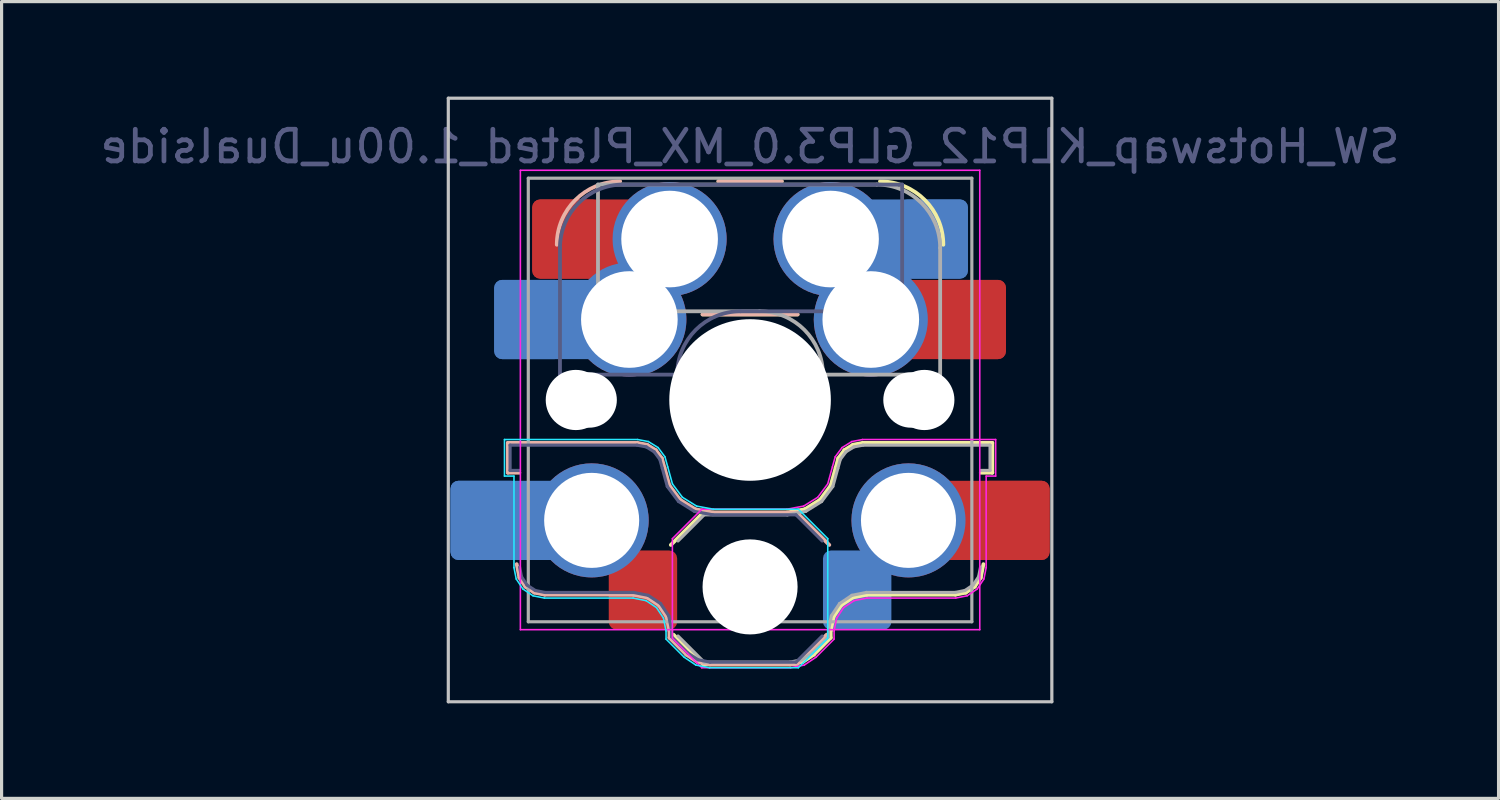
<source format=kicad_pcb>
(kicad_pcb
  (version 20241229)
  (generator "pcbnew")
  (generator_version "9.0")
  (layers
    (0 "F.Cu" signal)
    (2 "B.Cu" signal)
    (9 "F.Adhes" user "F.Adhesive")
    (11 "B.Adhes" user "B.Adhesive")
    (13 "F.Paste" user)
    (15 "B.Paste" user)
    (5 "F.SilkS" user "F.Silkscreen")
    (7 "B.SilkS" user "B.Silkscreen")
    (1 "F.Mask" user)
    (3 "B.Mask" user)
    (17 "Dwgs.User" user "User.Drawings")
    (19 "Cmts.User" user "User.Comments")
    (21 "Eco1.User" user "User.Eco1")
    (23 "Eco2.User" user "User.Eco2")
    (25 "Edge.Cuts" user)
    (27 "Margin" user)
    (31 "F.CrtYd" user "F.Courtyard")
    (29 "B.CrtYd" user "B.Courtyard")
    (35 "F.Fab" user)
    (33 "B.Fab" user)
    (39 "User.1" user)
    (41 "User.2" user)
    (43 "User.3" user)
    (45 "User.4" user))
  (footprint "SW_Hotswap_KLP12_GLP3.0_MX_Plated_1.00u_Dualside"
    (layer "F.Cu")
    (at 20.625 9.575)
    (property "Reference" "SW_Hotswap_KLP12_GLP3.0_MX_Plated_1.00u_Dualside" (at 0 -8 0) (layer "B.Fab") (effects (font (size 1 1) (thickness 0.15)) (justify mirror)))
    (attr smd)
    (fp_line (start -2.416 7.409) (end -1.479 8.346) (stroke (width 0.12) (type solid)) (layer "F.SilkS"))
    (fp_line (start -1.479 3.554) (end -2.5 4.575) (stroke (width 0.12) (type solid)) (layer "F.SilkS"))
    (fp_line (start -1.479 8.346) (end 1.268 8.346) (stroke (width 0.12) (type solid)) (layer "F.SilkS"))
    (fp_line (start 1 -6.9) (end -1 -6.9) (stroke (width 0.12) (type solid)) (layer "F.SilkS"))
    (fp_line (start 1.168 3.554) (end -1.479 3.554) (stroke (width 0.12) (type solid)) (layer "F.SilkS"))
    (fp_line (start 1.268 8.346) (end 1.671 8.266) (stroke (width 0.12) (type solid)) (layer "F.SilkS"))
    (fp_line (start 1.5 -2.7) (end -1.5 -2.7) (stroke (width 0.12) (type solid)) (layer "F.SilkS"))
    (fp_line (start 1.671 8.266) (end 2.013 8.037) (stroke (width 0.12) (type solid)) (layer "F.SilkS"))
    (fp_line (start 1.73 3.449) (end 1.168 3.554) (stroke (width 0.12) (type solid)) (layer "F.SilkS"))
    (fp_line (start 2.013 8.037) (end 2.546 7.504) (stroke (width 0.12) (type solid)) (layer "F.SilkS"))
    (fp_line (start 2.209 3.15) (end 1.73 3.449) (stroke (width 0.12) (type solid)) (layer "F.SilkS"))
    (fp_line (start 2.546 7.282) (end 2.633 6.844) (stroke (width 0.12) (type solid)) (layer "F.SilkS"))
    (fp_line (start 2.546 7.504) (end 2.546 7.282) (stroke (width 0.12) (type solid)) (layer "F.SilkS"))
    (fp_line (start 2.547 2.697) (end 2.209 3.15) (stroke (width 0.12) (type solid)) (layer "F.SilkS"))
    (fp_line (start 2.633 6.844) (end 2.877 6.477) (stroke (width 0.12) (type solid)) (layer "F.SilkS"))
    (fp_line (start 2.701 2.139) (end 2.547 2.697) (stroke (width 0.12) (type solid)) (layer "F.SilkS"))
    (fp_line (start 2.783 1.841) (end 2.701 2.139) (stroke (width 0.12) (type solid)) (layer "F.SilkS"))
    (fp_line (start 2.877 6.477) (end 3.244 6.233) (stroke (width 0.12) (type solid)) (layer "F.SilkS"))
    (fp_line (start 2.976 1.583) (end 2.783 1.841) (stroke (width 0.12) (type solid)) (layer "F.SilkS"))
    (fp_line (start 3.244 6.233) (end 3.682 6.146) (stroke (width 0.12) (type solid)) (layer "F.SilkS"))
    (fp_line (start 3.25 1.413) (end 2.976 1.583) (stroke (width 0.12) (type solid)) (layer "F.SilkS"))
    (fp_line (start 3.56 1.354) (end 3.25 1.413) (stroke (width 0.12) (type solid)) (layer "F.SilkS"))
    (fp_line (start 3.682 6.146) (end 6.482 6.146) (stroke (width 0.12) (type solid)) (layer "F.SilkS"))
    (fp_line (start 6.482 6.146) (end 6.809 6.081) (stroke (width 0.12) (type solid)) (layer "F.SilkS"))
    (fp_line (start 6.809 6.081) (end 7.092 5.892) (stroke (width 0.12) (type solid)) (layer "F.SilkS"))
    (fp_line (start 7.092 5.892) (end 7.281 5.609) (stroke (width 0.12) (type solid)) (layer "F.SilkS"))
    (fp_line (start 7.281 5.609) (end 7.366 5.182) (stroke (width 0.12) (type solid)) (layer "F.SilkS"))
    (fp_line (start 7.283 2.296) (end 7.646 2.296) (stroke (width 0.12) (type solid)) (layer "F.SilkS"))
    (fp_line (start 7.646 1.354) (end 3.56 1.354) (stroke (width 0.12) (type solid)) (layer "F.SilkS"))
    (fp_line (start 7.646 2.296) (end 7.646 1.354) (stroke (width 0.12) (type solid)) (layer "F.SilkS"))
    (fp_arc (start 4.1 -6.9) (mid 5.514214 -6.314214) (end 6.1 -4.9) (stroke (width 0.12) (type solid)) (layer "F.SilkS"))
    (fp_line (start -7.646 1.354) (end -3.56 1.354) (stroke (width 0.12) (type solid)) (layer "B.SilkS"))
    (fp_line (start -7.646 2.296) (end -7.646 1.354) (stroke (width 0.12) (type solid)) (layer "B.SilkS"))
    (fp_line (start -7.283 2.296) (end -7.646 2.296) (stroke (width 0.12) (type solid)) (layer "B.SilkS"))
    (fp_line (start -7.281 5.609) (end -7.366 5.182) (stroke (width 0.12) (type solid)) (layer "B.SilkS"))
    (fp_line (start -7.092 5.892) (end -7.281 5.609) (stroke (width 0.12) (type solid)) (layer "B.SilkS"))
    (fp_line (start -6.809 6.081) (end -7.092 5.892) (stroke (width 0.12) (type solid)) (layer "B.SilkS"))
    (fp_line (start -6.482 6.146) (end -6.809 6.081) (stroke (width 0.12) (type solid)) (layer "B.SilkS"))
    (fp_line (start -3.682 6.146) (end -6.482 6.146) (stroke (width 0.12) (type solid)) (layer "B.SilkS"))
    (fp_line (start -3.56 1.354) (end -3.25 1.413) (stroke (width 0.12) (type solid)) (layer "B.SilkS"))
    (fp_line (start -3.25 1.413) (end -2.976 1.583) (stroke (width 0.12) (type solid)) (layer "B.SilkS"))
    (fp_line (start -3.244 6.233) (end -3.682 6.146) (stroke (width 0.12) (type solid)) (layer "B.SilkS"))
    (fp_line (start -2.976 1.583) (end -2.783 1.841) (stroke (width 0.12) (type solid)) (layer "B.SilkS"))
    (fp_line (start -2.877 6.477) (end -3.244 6.233) (stroke (width 0.12) (type solid)) (layer "B.SilkS"))
    (fp_line (start -2.783 1.841) (end -2.701 2.139) (stroke (width 0.12) (type solid)) (layer "B.SilkS"))
    (fp_line (start -2.701 2.139) (end -2.547 2.697) (stroke (width 0.12) (type solid)) (layer "B.SilkS"))
    (fp_line (start -2.633 6.844) (end -2.877 6.477) (stroke (width 0.12) (type solid)) (layer "B.SilkS"))
    (fp_line (start -2.547 2.697) (end -2.209 3.15) (stroke (width 0.12) (type solid)) (layer "B.SilkS"))
    (fp_line (start -2.546 7.282) (end -2.633 6.844) (stroke (width 0.12) (type solid)) (layer "B.SilkS"))
    (fp_line (start -2.546 7.504) (end -2.546 7.282) (stroke (width 0.12) (type solid)) (layer "B.SilkS"))
    (fp_line (start -2.209 3.15) (end -1.73 3.449) (stroke (width 0.12) (type solid)) (layer "B.SilkS"))
    (fp_line (start -2.013 8.037) (end -2.546 7.504) (stroke (width 0.12) (type solid)) (layer "B.SilkS"))
    (fp_line (start -1.73 3.449) (end -1.168 3.554) (stroke (width 0.12) (type solid)) (layer "B.SilkS"))
    (fp_line (start -1.671 8.266) (end -2.013 8.037) (stroke (width 0.12) (type solid)) (layer "B.SilkS"))
    (fp_line (start -1.5 -2.7) (end 1.5 -2.7) (stroke (width 0.12) (type solid)) (layer "B.SilkS"))
    (fp_line (start -1.268 8.346) (end -1.671 8.266) (stroke (width 0.12) (type solid)) (layer "B.SilkS"))
    (fp_line (start -1.168 3.554) (end 1.479 3.554) (stroke (width 0.12) (type solid)) (layer "B.SilkS"))
    (fp_line (start -1 -6.9) (end 1 -6.9) (stroke (width 0.12) (type solid)) (layer "B.SilkS"))
    (fp_line (start 1.479 3.554) (end 2.5 4.575) (stroke (width 0.12) (type solid)) (layer "B.SilkS"))
    (fp_line (start 1.479 8.346) (end -1.268 8.346) (stroke (width 0.12) (type solid)) (layer "B.SilkS"))
    (fp_line (start 2.416 7.409) (end 1.479 8.346) (stroke (width 0.12) (type solid)) (layer "B.SilkS"))
    (fp_arc (start -6.1 -4.9) (mid -5.514214 -6.314214) (end -4.1 -6.9) (stroke (width 0.12) (type solid)) (layer "B.SilkS"))
    (fp_line (start -9.525 -9.525) (end -9.525 9.525) (stroke (width 0.1) (type solid)) (layer "Dwgs.User"))
    (fp_line (start -9.525 9.525) (end 9.525 9.525) (stroke (width 0.1) (type solid)) (layer "Dwgs.User"))
    (fp_line (start 9.525 -9.525) (end -9.525 -9.525) (stroke (width 0.1) (type solid)) (layer "Dwgs.User"))
    (fp_line (start 9.525 9.525) (end 9.525 -9.525) (stroke (width 0.1) (type solid)) (layer "Dwgs.User"))
    (fp_line (start -7.8 -6) (end -7 -6) (stroke (width 0.1) (type solid)) (layer "Eco1.User"))
    (fp_line (start -7.8 -2.9) (end -7.8 -6) (stroke (width 0.1) (type solid)) (layer "Eco1.User"))
    (fp_line (start -7.8 2.9) (end -7 2.9) (stroke (width 0.1) (type solid)) (layer "Eco1.User"))
    (fp_line (start -7.8 6) (end -7.8 2.9) (stroke (width 0.1) (type solid)) (layer "Eco1.User"))
    (fp_line (start -7 -7) (end -7 -6) (stroke (width 0.1) (type solid)) (layer "Eco1.User"))
    (fp_line (start -7 -7) (end 7 -7) (stroke (width 0.1) (type solid)) (layer "Eco1.User"))
    (fp_line (start -7 -6) (end -7 -7) (stroke (width 0.1) (type solid)) (layer "Eco1.User"))
    (fp_line (start -7 -2.9) (end -7.8 -2.9) (stroke (width 0.1) (type solid)) (layer "Eco1.User"))
    (fp_line (start -7 2.9) (end -7 -2.9) (stroke (width 0.1) (type solid)) (layer "Eco1.User"))
    (fp_line (start -7 6) (end -7.8 6) (stroke (width 0.1) (type solid)) (layer "Eco1.User"))
    (fp_line (start -7 7) (end -7 6) (stroke (width 0.1) (type solid)) (layer "Eco1.User"))
    (fp_line (start 7 -7) (end -7 -7) (stroke (width 0.1) (type solid)) (layer "Eco1.User"))
    (fp_line (start 7 -7) (end 7 -6) (stroke (width 0.1) (type solid)) (layer "Eco1.User"))
    (fp_line (start 7 -6) (end 7 -7) (stroke (width 0.1) (type solid)) (layer "Eco1.User"))
    (fp_line (start 7 -6) (end 7.8 -6) (stroke (width 0.1) (type solid)) (layer "Eco1.User"))
    (fp_line (start 7 -2.9) (end 7 2.9) (stroke (width 0.1) (type solid)) (layer "Eco1.User"))
    (fp_line (start 7 -2.9) (end 7.8 -2.9) (stroke (width 0.1) (type solid)) (layer "Eco1.User"))
    (fp_line (start 7 2.9) (end 7.8 2.9) (stroke (width 0.1) (type solid)) (layer "Eco1.User"))
    (fp_line (start 7 6) (end 7 7) (stroke (width 0.1) (type solid)) (layer "Eco1.User"))
    (fp_line (start 7 7) (end -7 7) (stroke (width 0.1) (type solid)) (layer "Eco1.User"))
    (fp_line (start 7.8 -6) (end 7.8 -2.9) (stroke (width 0.1) (type solid)) (layer "Eco1.User"))
    (fp_line (start 7.8 2.9) (end 7.8 6) (stroke (width 0.1) (type solid)) (layer "Eco1.User"))
    (fp_line (start 7.8 6) (end 7 6) (stroke (width 0.1) (type solid)) (layer "Eco1.User"))
    (fp_line (start -7.752 1.248) (end -3.55 1.248) (stroke (width 0.05) (type solid)) (layer "B.CrtYd"))
    (fp_line (start -7.752 2.402) (end -7.752 1.248) (stroke (width 0.05) (type solid)) (layer "B.CrtYd"))
    (fp_line (start -7.452 2.402) (end -7.752 2.402) (stroke (width 0.05) (type solid)) (layer "B.CrtYd"))
    (fp_line (start -7.452 5.292) (end -7.452 2.402) (stroke (width 0.05) (type solid)) (layer "B.CrtYd"))
    (fp_line (start -7.381 5.65) (end -7.452 5.292) (stroke (width 0.05) (type solid)) (layer "B.CrtYd"))
    (fp_line (start -7.168 5.968) (end -7.381 5.65) (stroke (width 0.05) (type solid)) (layer "B.CrtYd"))
    (fp_line (start -6.85 6.181) (end -7.168 5.968) (stroke (width 0.05) (type solid)) (layer "B.CrtYd"))
    (fp_line (start -6.492 6.252) (end -6.85 6.181) (stroke (width 0.05) (type solid)) (layer "B.CrtYd"))
    (fp_line (start -3.692 6.252) (end -6.492 6.252) (stroke (width 0.05) (type solid)) (layer "B.CrtYd"))
    (fp_line (start -3.55 1.248) (end -3.211 1.312) (stroke (width 0.05) (type solid)) (layer "B.CrtYd"))
    (fp_line (start -3.285 6.333) (end -3.692 6.252) (stroke (width 0.05) (type solid)) (layer "B.CrtYd"))
    (fp_line (start -3.211 1.312) (end -2.903 1.503) (stroke (width 0.05) (type solid)) (layer "B.CrtYd"))
    (fp_line (start -2.953 6.553) (end -3.285 6.333) (stroke (width 0.05) (type solid)) (layer "B.CrtYd"))
    (fp_line (start -2.903 1.503) (end -2.687 1.794) (stroke (width 0.05) (type solid)) (layer "B.CrtYd"))
    (fp_line (start -2.733 6.885) (end -2.953 6.553) (stroke (width 0.05) (type solid)) (layer "B.CrtYd"))
    (fp_line (start -2.687 1.794) (end -2.599 2.111) (stroke (width 0.05) (type solid)) (layer "B.CrtYd"))
    (fp_line (start -2.652 7.292) (end -2.733 6.885) (stroke (width 0.05) (type solid)) (layer "B.CrtYd"))
    (fp_line (start -2.652 7.548) (end -2.652 7.292) (stroke (width 0.05) (type solid)) (layer "B.CrtYd"))
    (fp_line (start -2.599 2.111) (end -2.45 2.65) (stroke (width 0.05) (type solid)) (layer "B.CrtYd"))
    (fp_line (start -2.45 2.65) (end -2.136 3.071) (stroke (width 0.05) (type solid)) (layer "B.CrtYd"))
    (fp_line (start -2.136 3.071) (end -1.691 3.348) (stroke (width 0.05) (type solid)) (layer "B.CrtYd"))
    (fp_line (start -2.081 8.119) (end -2.652 7.548) (stroke (width 0.05) (type solid)) (layer "B.CrtYd"))
    (fp_line (start -1.712 8.366) (end -2.081 8.119) (stroke (width 0.05) (type solid)) (layer "B.CrtYd"))
    (fp_line (start -1.691 3.348) (end -1.159 3.448) (stroke (width 0.05) (type solid)) (layer "B.CrtYd"))
    (fp_line (start -1.278 8.452) (end -1.712 8.366) (stroke (width 0.05) (type solid)) (layer "B.CrtYd"))
    (fp_line (start -1.159 3.448) (end 1.523 3.448) (stroke (width 0.05) (type solid)) (layer "B.CrtYd"))
    (fp_line (start 1.523 3.448) (end 2.452 4.377) (stroke (width 0.05) (type solid)) (layer "B.CrtYd"))
    (fp_line (start 1.523 8.452) (end -1.278 8.452) (stroke (width 0.05) (type solid)) (layer "B.CrtYd"))
    (fp_line (start 2.452 4.377) (end 2.452 7.523) (stroke (width 0.05) (type solid)) (layer "B.CrtYd"))
    (fp_line (start 2.452 7.523) (end 1.523 8.452) (stroke (width 0.05) (type solid)) (layer "B.CrtYd"))
    (fp_line (start -7.25 -7.25) (end -7.25 7.25) (stroke (width 0.05) (type solid)) (layer "F.CrtYd"))
    (fp_line (start -7.25 7.25) (end 7.25 7.25) (stroke (width 0.05) (type solid)) (layer "F.CrtYd"))
    (fp_line (start -2.452 4.377) (end -2.452 7.523) (stroke (width 0.05) (type solid)) (layer "F.CrtYd"))
    (fp_line (start -2.452 7.523) (end -1.523 8.452) (stroke (width 0.05) (type solid)) (layer "F.CrtYd"))
    (fp_line (start -1.523 3.448) (end -2.452 4.377) (stroke (width 0.05) (type solid)) (layer "F.CrtYd"))
    (fp_line (start -1.523 8.452) (end 1.278 8.452) (stroke (width 0.05) (type solid)) (layer "F.CrtYd"))
    (fp_line (start 1.159 3.448) (end -1.523 3.448) (stroke (width 0.05) (type solid)) (layer "F.CrtYd"))
    (fp_line (start 1.278 8.452) (end 1.712 8.366) (stroke (width 0.05) (type solid)) (layer "F.CrtYd"))
    (fp_line (start 1.691 3.348) (end 1.159 3.448) (stroke (width 0.05) (type solid)) (layer "F.CrtYd"))
    (fp_line (start 1.712 8.366) (end 2.081 8.119) (stroke (width 0.05) (type solid)) (layer "F.CrtYd"))
    (fp_line (start 2.081 8.119) (end 2.652 7.548) (stroke (width 0.05) (type solid)) (layer "F.CrtYd"))
    (fp_line (start 2.136 3.071) (end 1.691 3.348) (stroke (width 0.05) (type solid)) (layer "F.CrtYd"))
    (fp_line (start 2.45 2.65) (end 2.136 3.071) (stroke (width 0.05) (type solid)) (layer "F.CrtYd"))
    (fp_line (start 2.599 2.111) (end 2.45 2.65) (stroke (width 0.05) (type solid)) (layer "F.CrtYd"))
    (fp_line (start 2.652 7.292) (end 2.733 6.885) (stroke (width 0.05) (type solid)) (layer "F.CrtYd"))
    (fp_line (start 2.652 7.548) (end 2.652 7.292) (stroke (width 0.05) (type solid)) (layer "F.CrtYd"))
    (fp_line (start 2.687 1.794) (end 2.599 2.111) (stroke (width 0.05) (type solid)) (layer "F.CrtYd"))
    (fp_line (start 2.733 6.885) (end 2.953 6.553) (stroke (width 0.05) (type solid)) (layer "F.CrtYd"))
    (fp_line (start 2.903 1.503) (end 2.687 1.794) (stroke (width 0.05) (type solid)) (layer "F.CrtYd"))
    (fp_line (start 2.953 6.553) (end 3.285 6.333) (stroke (width 0.05) (type solid)) (layer "F.CrtYd"))
    (fp_line (start 3.211 1.312) (end 2.903 1.503) (stroke (width 0.05) (type solid)) (layer "F.CrtYd"))
    (fp_line (start 3.285 6.333) (end 3.692 6.252) (stroke (width 0.05) (type solid)) (layer "F.CrtYd"))
    (fp_line (start 3.55 1.248) (end 3.211 1.312) (stroke (width 0.05) (type solid)) (layer "F.CrtYd"))
    (fp_line (start 3.692 6.252) (end 6.492 6.252) (stroke (width 0.05) (type solid)) (layer "F.CrtYd"))
    (fp_line (start 6.492 6.252) (end 6.85 6.181) (stroke (width 0.05) (type solid)) (layer "F.CrtYd"))
    (fp_line (start 6.85 6.181) (end 7.168 5.968) (stroke (width 0.05) (type solid)) (layer "F.CrtYd"))
    (fp_line (start 7.168 5.968) (end 7.381 5.65) (stroke (width 0.05) (type solid)) (layer "F.CrtYd"))
    (fp_line (start 7.25 -7.25) (end -7.25 -7.25) (stroke (width 0.05) (type solid)) (layer "F.CrtYd"))
    (fp_line (start 7.25 7.25) (end 7.25 -7.25) (stroke (width 0.05) (type solid)) (layer "F.CrtYd"))
    (fp_line (start 7.381 5.65) (end 7.452 5.292) (stroke (width 0.05) (type solid)) (layer "F.CrtYd"))
    (fp_line (start 7.452 2.402) (end 7.752 2.402) (stroke (width 0.05) (type solid)) (layer "F.CrtYd"))
    (fp_line (start 7.452 5.292) (end 7.452 2.402) (stroke (width 0.05) (type solid)) (layer "F.CrtYd"))
    (fp_line (start 7.752 1.248) (end 3.55 1.248) (stroke (width 0.05) (type solid)) (layer "F.CrtYd"))
    (fp_line (start 7.752 2.402) (end 7.752 1.248) (stroke (width 0.05) (type solid)) (layer "F.CrtYd"))
    (fp_line (start -7.575 1.425) (end -3.567 1.425) (stroke (width 0.1) (type solid)) (layer "B.Fab"))
    (fp_line (start -7.575 2.225) (end -7.575 1.425) (stroke (width 0.1) (type solid)) (layer "B.Fab"))
    (fp_line (start -7.275 2.225) (end -7.575 2.225) (stroke (width 0.1) (type solid)) (layer "B.Fab"))
    (fp_line (start -7.214 5.581) (end -7.275 5.275) (stroke (width 0.1) (type solid)) (layer "B.Fab"))
    (fp_line (start -7.041 5.841) (end -7.214 5.581) (stroke (width 0.1) (type solid)) (layer "B.Fab"))
    (fp_line (start -6.781 6.014) (end -7.041 5.841) (stroke (width 0.1) (type solid)) (layer "B.Fab"))
    (fp_line (start -6.475 6.075) (end -6.781 6.014) (stroke (width 0.1) (type solid)) (layer "B.Fab"))
    (fp_line (start -6 -0.8) (end -6 -4.8) (stroke (width 0.12) (type solid)) (layer "B.Fab"))
    (fp_line (start -6 -0.8) (end -2.3 -0.8) (stroke (width 0.12) (type solid)) (layer "B.Fab"))
    (fp_line (start -4 -6.8) (end 4.8 -6.8) (stroke (width 0.12) (type solid)) (layer "B.Fab"))
    (fp_line (start -3.675 6.075) (end -6.475 6.075) (stroke (width 0.1) (type solid)) (layer "B.Fab"))
    (fp_line (start -3.567 1.425) (end -3.276 1.48) (stroke (width 0.1) (type solid)) (layer "B.Fab"))
    (fp_line (start -3.276 1.48) (end -3.025 1.636) (stroke (width 0.1) (type solid)) (layer "B.Fab"))
    (fp_line (start -3.216 6.166) (end -3.675 6.075) (stroke (width 0.1) (type solid)) (layer "B.Fab"))
    (fp_line (start -3.025 1.636) (end -2.848 1.873) (stroke (width 0.1) (type solid)) (layer "B.Fab"))
    (fp_line (start -2.848 1.873) (end -2.769 2.158) (stroke (width 0.1) (type solid)) (layer "B.Fab"))
    (fp_line (start -2.826 6.426) (end -3.216 6.166) (stroke (width 0.1) (type solid)) (layer "B.Fab"))
    (fp_line (start -2.769 2.158) (end -2.612 2.729) (stroke (width 0.1) (type solid)) (layer "B.Fab"))
    (fp_line (start -2.612 2.729) (end -2.258 3.203) (stroke (width 0.1) (type solid)) (layer "B.Fab"))
    (fp_line (start -2.566 6.816) (end -2.826 6.426) (stroke (width 0.1) (type solid)) (layer "B.Fab"))
    (fp_line (start -2.475 7.275) (end -2.566 6.816) (stroke (width 0.1) (type solid)) (layer "B.Fab"))
    (fp_line (start -2.475 7.475) (end -2.475 7.275) (stroke (width 0.1) (type solid)) (layer "B.Fab"))
    (fp_line (start -2.258 3.203) (end -1.756 3.516) (stroke (width 0.1) (type solid)) (layer "B.Fab"))
    (fp_line (start -1.968 7.982) (end -2.475 7.475) (stroke (width 0.1) (type solid)) (layer "B.Fab"))
    (fp_line (start -1.756 3.516) (end -1.175 3.625) (stroke (width 0.1) (type solid)) (layer "B.Fab"))
    (fp_line (start -1.643 8.199) (end -1.968 7.982) (stroke (width 0.1) (type solid)) (layer "B.Fab"))
    (fp_line (start -1.261 8.275) (end -1.643 8.199) (stroke (width 0.1) (type solid)) (layer "B.Fab"))
    (fp_line (start -1.175 3.625) (end 1.45 3.625) (stroke (width 0.1) (type solid)) (layer "B.Fab"))
    (fp_line (start -0.3 -2.8) (end 4.8 -2.8) (stroke (width 0.12) (type solid)) (layer "B.Fab"))
    (fp_line (start 1.45 3.625) (end 2.275 4.45) (stroke (width 0.1) (type solid)) (layer "B.Fab"))
    (fp_line (start 1.45 8.275) (end -1.261 8.275) (stroke (width 0.1) (type solid)) (layer "B.Fab"))
    (fp_line (start 2.275 7.45) (end 1.45 8.275) (stroke (width 0.1) (type solid)) (layer "B.Fab"))
    (fp_line (start 4.8 -6.8) (end 4.8 -2.8) (stroke (width 0.12) (type solid)) (layer "B.Fab"))
    (fp_arc (start -6 -4.8) (mid -5.414214 -6.214214) (end -4 -6.8) (stroke (width 0.12) (type solid)) (layer "B.Fab"))
    (fp_arc (start -2.3 -0.8) (mid -1.714214 -2.214214) (end -0.3 -2.8) (stroke (width 0.12) (type solid)) (layer "B.Fab"))
    (fp_line (start -7 -7) (end -7 7) (stroke (width 0.1) (type solid)) (layer "F.Fab"))
    (fp_line (start -7 7) (end 7 7) (stroke (width 0.1) (type solid)) (layer "F.Fab"))
    (fp_line (start -4.8 -6.8) (end -4.8 -2.8) (stroke (width 0.12) (type solid)) (layer "F.Fab"))
    (fp_line (start -2.275 7.45) (end -1.45 8.275) (stroke (width 0.1) (type solid)) (layer "F.Fab"))
    (fp_line (start -1.45 3.625) (end -2.275 4.45) (stroke (width 0.1) (type solid)) (layer "F.Fab"))
    (fp_line (start -1.45 8.275) (end 1.261 8.275) (stroke (width 0.1) (type solid)) (layer "F.Fab"))
    (fp_line (start 0.3 -2.8) (end -4.8 -2.8) (stroke (width 0.12) (type solid)) (layer "F.Fab"))
    (fp_line (start 1.175 3.625) (end -1.45 3.625) (stroke (width 0.1) (type solid)) (layer "F.Fab"))
    (fp_line (start 1.261 8.275) (end 1.643 8.199) (stroke (width 0.1) (type solid)) (layer "F.Fab"))
    (fp_line (start 1.643 8.199) (end 1.968 7.982) (stroke (width 0.1) (type solid)) (layer "F.Fab"))
    (fp_line (start 1.756 3.516) (end 1.175 3.625) (stroke (width 0.1) (type solid)) (layer "F.Fab"))
    (fp_line (start 1.968 7.982) (end 2.475 7.475) (stroke (width 0.1) (type solid)) (layer "F.Fab"))
    (fp_line (start 2.258 3.203) (end 1.756 3.516) (stroke (width 0.1) (type solid)) (layer "F.Fab"))
    (fp_line (start 2.475 7.275) (end 2.566 6.816) (stroke (width 0.1) (type solid)) (layer "F.Fab"))
    (fp_line (start 2.475 7.475) (end 2.475 7.275) (stroke (width 0.1) (type solid)) (layer "F.Fab"))
    (fp_line (start 2.566 6.816) (end 2.826 6.426) (stroke (width 0.1) (type solid)) (layer "F.Fab"))
    (fp_line (start 2.612 2.729) (end 2.258 3.203) (stroke (width 0.1) (type solid)) (layer "F.Fab"))
    (fp_line (start 2.769 2.158) (end 2.612 2.729) (stroke (width 0.1) (type solid)) (layer "F.Fab"))
    (fp_line (start 2.826 6.426) (end 3.216 6.166) (stroke (width 0.1) (type solid)) (layer "F.Fab"))
    (fp_line (start 2.848 1.873) (end 2.769 2.158) (stroke (width 0.1) (type solid)) (layer "F.Fab"))
    (fp_line (start 3.025 1.636) (end 2.848 1.873) (stroke (width 0.1) (type solid)) (layer "F.Fab"))
    (fp_line (start 3.216 6.166) (end 3.675 6.075) (stroke (width 0.1) (type solid)) (layer "F.Fab"))
    (fp_line (start 3.276 1.48) (end 3.025 1.636) (stroke (width 0.1) (type solid)) (layer "F.Fab"))
    (fp_line (start 3.567 1.425) (end 3.276 1.48) (stroke (width 0.1) (type solid)) (layer "F.Fab"))
    (fp_line (start 3.675 6.075) (end 6.475 6.075) (stroke (width 0.1) (type solid)) (layer "F.Fab"))
    (fp_line (start 4 -6.8) (end -4.8 -6.8) (stroke (width 0.12) (type solid)) (layer "F.Fab"))
    (fp_line (start 6 -0.8) (end 2.3 -0.8) (stroke (width 0.12) (type solid)) (layer "F.Fab"))
    (fp_line (start 6 -0.8) (end 6 -4.8) (stroke (width 0.12) (type solid)) (layer "F.Fab"))
    (fp_line (start 6.475 6.075) (end 6.781 6.014) (stroke (width 0.1) (type solid)) (layer "F.Fab"))
    (fp_line (start 6.781 6.014) (end 7.041 5.841) (stroke (width 0.1) (type solid)) (layer "F.Fab"))
    (fp_line (start 7 -7) (end -7 -7) (stroke (width 0.1) (type solid)) (layer "F.Fab"))
    (fp_line (start 7 7) (end 7 -7) (stroke (width 0.1) (type solid)) (layer "F.Fab"))
    (fp_line (start 7.041 5.841) (end 7.214 5.581) (stroke (width 0.1) (type solid)) (layer "F.Fab"))
    (fp_line (start 7.214 5.581) (end 7.275 5.275) (stroke (width 0.1) (type solid)) (layer "F.Fab"))
    (fp_line (start 7.275 2.225) (end 7.575 2.225) (stroke (width 0.1) (type solid)) (layer "F.Fab"))
    (fp_line (start 7.575 1.425) (end 3.567 1.425) (stroke (width 0.1) (type solid)) (layer "F.Fab"))
    (fp_line (start 7.575 2.225) (end 7.575 1.425) (stroke (width 0.1) (type solid)) (layer "F.Fab"))
    (fp_arc (start 0.3 -2.8) (mid 1.714214 -2.214214) (end 2.3 -0.8) (stroke (width 0.12) (type solid)) (layer "F.Fab"))
    (fp_arc (start 4 -6.8) (mid 5.414214 -6.214214) (end 6 -4.8) (stroke (width 0.12) (type solid)) (layer "F.Fab"))
    (pad "" np_thru_hole circle (at -5.5 0 180) (size 1.9 1.9) (drill 1.9) (layers "*.Cu" "*.Mask"))
    (pad "" np_thru_hole circle (at -5.08 0) (size 1.75 1.75) (drill 1.75) (layers "*.Cu" "*.Mask"))
    (pad "" np_thru_hole circle (at 0 0 180) (size 5.1 5.1) (drill 5.1) (layers "*.Cu" "*.Mask"))
    (pad "" np_thru_hole circle (at 0 5.9 180) (size 3 3) (drill 3) (layers "*.Cu" "*.Mask"))
    (pad "" np_thru_hole circle (at 5.08 0) (size 1.75 1.75) (drill 1.75) (layers "*.Cu" "*.Mask"))
    (pad "" np_thru_hole circle (at 5.5 0 180) (size 1.9 1.9) (drill 1.9) (layers "*.Cu" "*.Mask"))
    (pad "1" smd roundrect (at -8.376 3.8 180) (size 2.159 2.5) (layers "B.Cu" "B.Mask" "B.Paste") (roundrect_rratio 0.116))
    (pad "1" smd roundrect (at -7.53 3.8 180) (size 3.85 2.5) (layers "B.Cu") (roundrect_rratio 0.1))
    (pad "1" smd roundrect (at -6.997 -2.54 180) (size 2.159 2.5) (layers "B.Cu" "B.Mask" "B.Paste") (roundrect_rratio 0.116))
    (pad "1" smd roundrect (at -6.301 -2.54) (size 3.55 2.5) (layers "B.Cu") (roundrect_rratio 0.1))
    (pad "1" smd roundrect (at -5.796 -5.08 180) (size 2.159 2.5) (layers "F.Cu" "F.Mask" "F.Paste") (roundrect_rratio 0.116))
    (pad "1" smd roundrect (at -5.1 -5.08) (size 3.55 2.5) (layers "F.Cu") (roundrect_rratio 0.1))
    (pad "1" thru_hole circle (at -5 3.8 180) (size 3.6 3.6) (drill 3) (layers "*.Cu" "*.Mask"))
    (pad "1" thru_hole circle (at -3.81 -2.54) (size 3.6 3.6) (drill 3.05) (layers "*.Cu" "*.Mask"))
    (pad "1" smd roundrect (at -3.381 6 180) (size 2.159 2.5) (layers "F.Cu" "F.Mask" "F.Paste") (roundrect_rratio 0.116))
    (pad "1" thru_hole circle (at -2.54 -5.08) (size 3.6 3.6) (drill 3.05) (layers "*.Cu" "*.Mask"))
    (pad "2" thru_hole circle (at 2.54 -5.08) (size 3.6 3.6) (drill 3.05) (layers "*.Cu" "*.Mask"))
    (pad "2" smd roundrect (at 3.381 6 180) (size 2.159 2.5) (layers "B.Cu" "B.Mask" "B.Paste") (roundrect_rratio 0.116))
    (pad "2" thru_hole circle (at 3.81 -2.54) (size 3.6 3.6) (drill 3.05) (layers "*.Cu" "*.Mask"))
    (pad "2" thru_hole circle (at 5 3.8 180) (size 3.6 3.6) (drill 3) (layers "*.Cu" "*.Mask"))
    (pad "2" smd roundrect (at 5.1 -5.08) (size 3.55 2.5) (layers "B.Cu") (roundrect_rratio 0.1))
    (pad "2" smd roundrect (at 5.796 -5.08 180) (size 2.159 2.5) (layers "B.Cu" "B.Mask" "B.Paste") (roundrect_rratio 0.116))
    (pad "2" smd roundrect (at 6.301 -2.54) (size 3.55 2.5) (layers "F.Cu") (roundrect_rratio 0.1))
    (pad "2" smd roundrect (at 6.997 -2.54 180) (size 2.159 2.5) (layers "F.Cu" "F.Mask" "F.Paste") (roundrect_rratio 0.116))
    (pad "2" smd roundrect (at 7.53 3.8 180) (size 3.85 2.5) (layers "F.Cu") (roundrect_rratio 0.1))
    (pad "2" smd roundrect (at 8.376 3.8 180) (size 2.159 2.5) (layers "F.Cu" "F.Mask" "F.Paste") (roundrect_rratio 0.116)))
  (gr_rect
    (start -3 -3)
    (end 44.25 22.15)
    (stroke (width 0.1) (type default))
    (fill no)
    (layer "Edge.Cuts")))
</source>
